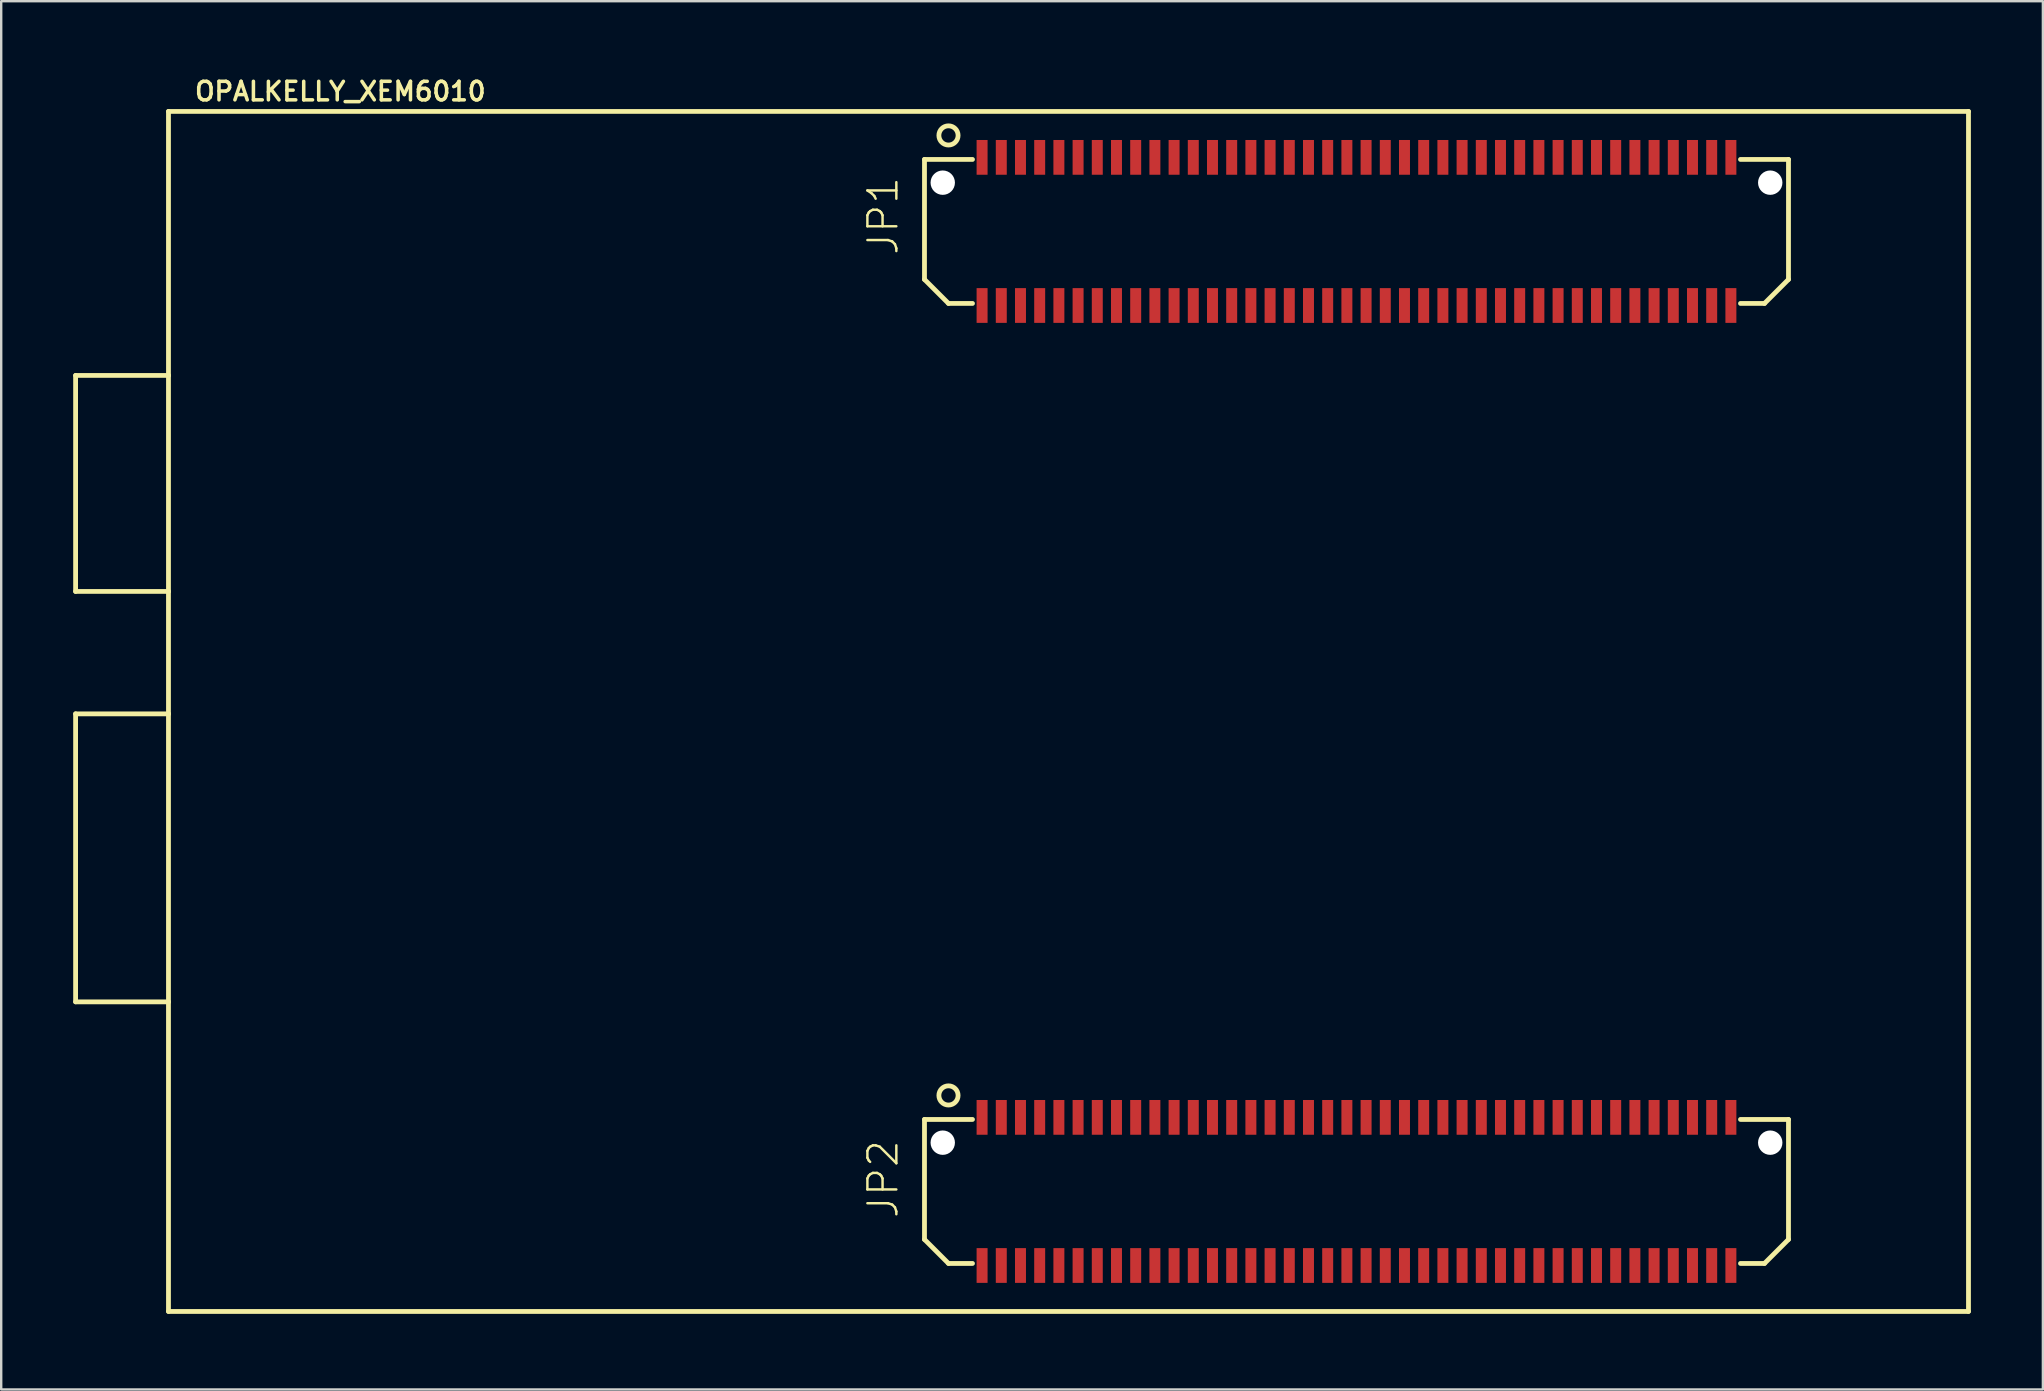
<source format=kicad_pcb>
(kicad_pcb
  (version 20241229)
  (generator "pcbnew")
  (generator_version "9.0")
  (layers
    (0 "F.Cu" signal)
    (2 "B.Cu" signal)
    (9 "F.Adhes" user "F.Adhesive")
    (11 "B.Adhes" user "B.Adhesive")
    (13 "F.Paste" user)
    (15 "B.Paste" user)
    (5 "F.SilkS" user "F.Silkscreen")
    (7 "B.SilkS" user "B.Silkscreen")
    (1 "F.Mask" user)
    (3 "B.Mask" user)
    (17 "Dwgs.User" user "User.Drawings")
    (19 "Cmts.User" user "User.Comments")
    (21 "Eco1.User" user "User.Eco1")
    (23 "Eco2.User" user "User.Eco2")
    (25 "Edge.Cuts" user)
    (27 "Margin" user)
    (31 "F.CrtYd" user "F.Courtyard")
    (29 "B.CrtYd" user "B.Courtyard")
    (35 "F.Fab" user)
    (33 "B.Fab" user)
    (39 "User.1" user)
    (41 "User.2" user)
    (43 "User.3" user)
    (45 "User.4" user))
  (footprint "OPALKELLY_XEM6010"
    (layer "F.Cu")
    (at 3.97 51.593)
    (property "Reference" "OPALKELLY_XEM6010" (at 1.016 -50.381 0) (layer "F.SilkS") (effects (font (size 0.772 0.772) (thickness 0.147)) (justify left bottom)))
    (attr through_hole)
    (fp_line (start -3.87 -39) (end 0 -39) (stroke (width 0.2) (type solid)) (layer "F.SilkS"))
    (fp_line (start -3.87 -30) (end -3.87 -39) (stroke (width 0.2) (type solid)) (layer "F.SilkS"))
    (fp_line (start -3.87 -24.9) (end 0 -24.9) (stroke (width 0.2) (type solid)) (layer "F.SilkS"))
    (fp_line (start -3.87 -12.9) (end -3.87 -24.9) (stroke (width 0.2) (type solid)) (layer "F.SilkS"))
    (fp_line (start 0 -50) (end 0 -39) (stroke (width 0.2) (type solid)) (layer "F.SilkS"))
    (fp_line (start 0 -39) (end 0 -30) (stroke (width 0.2) (type solid)) (layer "F.SilkS"))
    (fp_line (start 0 -30) (end -3.87 -30) (stroke (width 0.2) (type solid)) (layer "F.SilkS"))
    (fp_line (start 0 -30) (end 0 -24.9) (stroke (width 0.2) (type solid)) (layer "F.SilkS"))
    (fp_line (start 0 -24.9) (end 0 -12.9) (stroke (width 0.2) (type solid)) (layer "F.SilkS"))
    (fp_line (start 0 -12.9) (end -3.87 -12.9) (stroke (width 0.2) (type solid)) (layer "F.SilkS"))
    (fp_line (start 0 -12.9) (end 0 0) (stroke (width 0.2) (type solid)) (layer "F.SilkS"))
    (fp_line (start 0 0) (end 75 0) (stroke (width 0.2) (type solid)) (layer "F.SilkS"))
    (fp_line (start 31.5 -48) (end 31.5 -43) (stroke (width 0.2) (type solid)) (layer "F.SilkS"))
    (fp_line (start 31.5 -48) (end 33.5 -48) (stroke (width 0.2) (type solid)) (layer "F.SilkS"))
    (fp_line (start 31.5 -43) (end 32.5 -42) (stroke (width 0.2) (type solid)) (layer "F.SilkS"))
    (fp_line (start 31.5 -8) (end 31.5 -3) (stroke (width 0.2) (type solid)) (layer "F.SilkS"))
    (fp_line (start 31.5 -8) (end 33.5 -8) (stroke (width 0.2) (type solid)) (layer "F.SilkS"))
    (fp_line (start 31.5 -3) (end 32.5 -2) (stroke (width 0.2) (type solid)) (layer "F.SilkS"))
    (fp_line (start 32.5 -42) (end 33.5 -42) (stroke (width 0.2) (type solid)) (layer "F.SilkS"))
    (fp_line (start 32.5 -2) (end 33.5 -2) (stroke (width 0.2) (type solid)) (layer "F.SilkS"))
    (fp_line (start 65.5 -48) (end 67.5 -48) (stroke (width 0.2) (type solid)) (layer "F.SilkS"))
    (fp_line (start 65.5 -42) (end 66.5 -42) (stroke (width 0.2) (type solid)) (layer "F.SilkS"))
    (fp_line (start 65.5 -8) (end 67.5 -8) (stroke (width 0.2) (type solid)) (layer "F.SilkS"))
    (fp_line (start 65.5 -2) (end 66.5 -2) (stroke (width 0.2) (type solid)) (layer "F.SilkS"))
    (fp_line (start 66.5 -42) (end 67.5 -43) (stroke (width 0.2) (type solid)) (layer "F.SilkS"))
    (fp_line (start 66.5 -2) (end 67.5 -3) (stroke (width 0.2) (type solid)) (layer "F.SilkS"))
    (fp_line (start 67.5 -43) (end 67.5 -48) (stroke (width 0.2) (type solid)) (layer "F.SilkS"))
    (fp_line (start 67.5 -3) (end 67.5 -8) (stroke (width 0.2) (type solid)) (layer "F.SilkS"))
    (fp_line (start 75 -50) (end 0 -50) (stroke (width 0.2) (type solid)) (layer "F.SilkS"))
    (fp_line (start 75 0) (end 75 -50) (stroke (width 0.2) (type solid)) (layer "F.SilkS"))
    (fp_circle (center 32.5 -49) (end 32.9 -49) (stroke (width 0.2) (type solid)) (fill no) (layer "F.SilkS"))
    (fp_circle (center 32.5 -9) (end 32.9 -9) (stroke (width 0.2) (type solid)) (fill no) (layer "F.SilkS"))
    (fp_text user "JP1" (at 30.48 -43.942 90) (layer "F.SilkS") (effects (font (size 1.206 1.206) (thickness 0.102)) (justify left bottom)))
    (fp_text user "JP2" (at 30.48 -3.81 90) (layer "F.SilkS") (effects (font (size 1.206 1.206) (thickness 0.102)) (justify left bottom)))
    (pad "" np_thru_hole circle (at 32.261 -47.032) (size 1.016 1.016) (drill 1.016) (layers "*.Cu" "*.Mask"))
    (pad "" np_thru_hole circle (at 32.261 -7.032) (size 1.016 1.016) (drill 1.016) (layers "*.Cu" "*.Mask"))
    (pad "" np_thru_hole circle (at 66.739 -47.032) (size 1.016 1.016) (drill 1.016) (layers "*.Cu" "*.Mask"))
    (pad "" np_thru_hole circle (at 66.739 -7.032) (size 1.016 1.016) (drill 1.016) (layers "*.Cu" "*.Mask"))
    (pad "JP1-1" smd rect (at 33.9 -48.086 90) (size 1.448 0.457) (layers "F.Cu" "F.Mask" "F.Paste"))
    (pad "JP1-2" smd rect (at 33.9 -41.914 90) (size 1.448 0.457) (layers "F.Cu" "F.Mask" "F.Paste"))
    (pad "JP1-3" smd rect (at 34.7 -48.086 90) (size 1.448 0.457) (layers "F.Cu" "F.Mask" "F.Paste"))
    (pad "JP1-4" smd rect (at 34.7 -41.914 90) (size 1.448 0.457) (layers "F.Cu" "F.Mask" "F.Paste"))
    (pad "JP1-5" smd rect (at 35.5 -48.086 90) (size 1.448 0.457) (layers "F.Cu" "F.Mask" "F.Paste"))
    (pad "JP1-6" smd rect (at 35.5 -41.914 90) (size 1.448 0.457) (layers "F.Cu" "F.Mask" "F.Paste"))
    (pad "JP1-7" smd rect (at 36.3 -48.086 90) (size 1.448 0.457) (layers "F.Cu" "F.Mask" "F.Paste"))
    (pad "JP1-8" smd rect (at 36.3 -41.914 90) (size 1.448 0.457) (layers "F.Cu" "F.Mask" "F.Paste"))
    (pad "JP1-9" smd rect (at 37.1 -48.086 90) (size 1.448 0.457) (layers "F.Cu" "F.Mask" "F.Paste"))
    (pad "JP1-10" smd rect (at 37.1 -41.914 90) (size 1.448 0.457) (layers "F.Cu" "F.Mask" "F.Paste"))
    (pad "JP1-11" smd rect (at 37.9 -48.086 90) (size 1.448 0.457) (layers "F.Cu" "F.Mask" "F.Paste"))
    (pad "JP1-12" smd rect (at 37.9 -41.914 90) (size 1.448 0.457) (layers "F.Cu" "F.Mask" "F.Paste"))
    (pad "JP1-13" smd rect (at 38.7 -48.086 90) (size 1.448 0.457) (layers "F.Cu" "F.Mask" "F.Paste"))
    (pad "JP1-14" smd rect (at 38.7 -41.914 90) (size 1.448 0.457) (layers "F.Cu" "F.Mask" "F.Paste"))
    (pad "JP1-15" smd rect (at 39.5 -48.086 90) (size 1.448 0.457) (layers "F.Cu" "F.Mask" "F.Paste"))
    (pad "JP1-16" smd rect (at 39.5 -41.914 90) (size 1.448 0.457) (layers "F.Cu" "F.Mask" "F.Paste"))
    (pad "JP1-17" smd rect (at 40.3 -48.086 90) (size 1.448 0.457) (layers "F.Cu" "F.Mask" "F.Paste"))
    (pad "JP1-18" smd rect (at 40.3 -41.914 90) (size 1.448 0.457) (layers "F.Cu" "F.Mask" "F.Paste"))
    (pad "JP1-19" smd rect (at 41.1 -48.086 90) (size 1.448 0.457) (layers "F.Cu" "F.Mask" "F.Paste"))
    (pad "JP1-20" smd rect (at 41.1 -41.914 90) (size 1.448 0.457) (layers "F.Cu" "F.Mask" "F.Paste"))
    (pad "JP1-21" smd rect (at 41.9 -48.086 90) (size 1.448 0.457) (layers "F.Cu" "F.Mask" "F.Paste"))
    (pad "JP1-22" smd rect (at 41.9 -41.914 90) (size 1.448 0.457) (layers "F.Cu" "F.Mask" "F.Paste"))
    (pad "JP1-23" smd rect (at 42.7 -48.086 90) (size 1.448 0.457) (layers "F.Cu" "F.Mask" "F.Paste"))
    (pad "JP1-24" smd rect (at 42.7 -41.914 90) (size 1.448 0.457) (layers "F.Cu" "F.Mask" "F.Paste"))
    (pad "JP1-25" smd rect (at 43.5 -48.086 90) (size 1.448 0.457) (layers "F.Cu" "F.Mask" "F.Paste"))
    (pad "JP1-26" smd rect (at 43.5 -41.914 90) (size 1.448 0.457) (layers "F.Cu" "F.Mask" "F.Paste"))
    (pad "JP1-27" smd rect (at 44.3 -48.086 90) (size 1.448 0.457) (layers "F.Cu" "F.Mask" "F.Paste"))
    (pad "JP1-28" smd rect (at 44.3 -41.914 90) (size 1.448 0.457) (layers "F.Cu" "F.Mask" "F.Paste"))
    (pad "JP1-29" smd rect (at 45.1 -48.086 90) (size 1.448 0.457) (layers "F.Cu" "F.Mask" "F.Paste"))
    (pad "JP1-30" smd rect (at 45.1 -41.914 90) (size 1.448 0.457) (layers "F.Cu" "F.Mask" "F.Paste"))
    (pad "JP1-31" smd rect (at 45.9 -48.086 90) (size 1.448 0.457) (layers "F.Cu" "F.Mask" "F.Paste"))
    (pad "JP1-32" smd rect (at 45.9 -41.914 90) (size 1.448 0.457) (layers "F.Cu" "F.Mask" "F.Paste"))
    (pad "JP1-33" smd rect (at 46.7 -48.086 90) (size 1.448 0.457) (layers "F.Cu" "F.Mask" "F.Paste"))
    (pad "JP1-34" smd rect (at 46.7 -41.914 90) (size 1.448 0.457) (layers "F.Cu" "F.Mask" "F.Paste"))
    (pad "JP1-35" smd rect (at 47.5 -48.086 90) (size 1.448 0.457) (layers "F.Cu" "F.Mask" "F.Paste"))
    (pad "JP1-36" smd rect (at 47.5 -41.914 90) (size 1.448 0.457) (layers "F.Cu" "F.Mask" "F.Paste"))
    (pad "JP1-37" smd rect (at 48.3 -48.086 90) (size 1.448 0.457) (layers "F.Cu" "F.Mask" "F.Paste"))
    (pad "JP1-38" smd rect (at 48.3 -41.914 90) (size 1.448 0.457) (layers "F.Cu" "F.Mask" "F.Paste"))
    (pad "JP1-39" smd rect (at 49.1 -48.086 90) (size 1.448 0.457) (layers "F.Cu" "F.Mask" "F.Paste"))
    (pad "JP1-40" smd rect (at 49.1 -41.914 90) (size 1.448 0.457) (layers "F.Cu" "F.Mask" "F.Paste"))
    (pad "JP1-41" smd rect (at 49.9 -48.086 90) (size 1.448 0.457) (layers "F.Cu" "F.Mask" "F.Paste"))
    (pad "JP1-42" smd rect (at 49.9 -41.914 90) (size 1.448 0.457) (layers "F.Cu" "F.Mask" "F.Paste"))
    (pad "JP1-43" smd rect (at 50.7 -48.086 90) (size 1.448 0.457) (layers "F.Cu" "F.Mask" "F.Paste"))
    (pad "JP1-44" smd rect (at 50.7 -41.914 90) (size 1.448 0.457) (layers "F.Cu" "F.Mask" "F.Paste"))
    (pad "JP1-45" smd rect (at 51.5 -48.086 90) (size 1.448 0.457) (layers "F.Cu" "F.Mask" "F.Paste"))
    (pad "JP1-46" smd rect (at 51.5 -41.914 90) (size 1.448 0.457) (layers "F.Cu" "F.Mask" "F.Paste"))
    (pad "JP1-47" smd rect (at 52.3 -48.086 90) (size 1.448 0.457) (layers "F.Cu" "F.Mask" "F.Paste"))
    (pad "JP1-48" smd rect (at 52.3 -41.914 90) (size 1.448 0.457) (layers "F.Cu" "F.Mask" "F.Paste"))
    (pad "JP1-49" smd rect (at 53.1 -48.086 90) (size 1.448 0.457) (layers "F.Cu" "F.Mask" "F.Paste"))
    (pad "JP1-50" smd rect (at 53.1 -41.914 90) (size 1.448 0.457) (layers "F.Cu" "F.Mask" "F.Paste"))
    (pad "JP1-51" smd rect (at 53.9 -48.086 90) (size 1.448 0.457) (layers "F.Cu" "F.Mask" "F.Paste"))
    (pad "JP1-52" smd rect (at 53.9 -41.914 90) (size 1.448 0.457) (layers "F.Cu" "F.Mask" "F.Paste"))
    (pad "JP1-53" smd rect (at 54.7 -48.086 90) (size 1.448 0.457) (layers "F.Cu" "F.Mask" "F.Paste"))
    (pad "JP1-54" smd rect (at 54.7 -41.914 90) (size 1.448 0.457) (layers "F.Cu" "F.Mask" "F.Paste"))
    (pad "JP1-55" smd rect (at 55.5 -48.086 90) (size 1.448 0.457) (layers "F.Cu" "F.Mask" "F.Paste"))
    (pad "JP1-56" smd rect (at 55.5 -41.914 90) (size 1.448 0.457) (layers "F.Cu" "F.Mask" "F.Paste"))
    (pad "JP1-57" smd rect (at 56.3 -48.086 90) (size 1.448 0.457) (layers "F.Cu" "F.Mask" "F.Paste"))
    (pad "JP1-58" smd rect (at 56.3 -41.914 90) (size 1.448 0.457) (layers "F.Cu" "F.Mask" "F.Paste"))
    (pad "JP1-59" smd rect (at 57.1 -48.086 90) (size 1.448 0.457) (layers "F.Cu" "F.Mask" "F.Paste"))
    (pad "JP1-60" smd rect (at 57.1 -41.914 90) (size 1.448 0.457) (layers "F.Cu" "F.Mask" "F.Paste"))
    (pad "JP1-61" smd rect (at 57.9 -48.086 90) (size 1.448 0.457) (layers "F.Cu" "F.Mask" "F.Paste"))
    (pad "JP1-62" smd rect (at 57.9 -41.914 90) (size 1.448 0.457) (layers "F.Cu" "F.Mask" "F.Paste"))
    (pad "JP1-63" smd rect (at 58.7 -48.086 90) (size 1.448 0.457) (layers "F.Cu" "F.Mask" "F.Paste"))
    (pad "JP1-64" smd rect (at 58.7 -41.914 90) (size 1.448 0.457) (layers "F.Cu" "F.Mask" "F.Paste"))
    (pad "JP1-65" smd rect (at 59.5 -48.086 90) (size 1.448 0.457) (layers "F.Cu" "F.Mask" "F.Paste"))
    (pad "JP1-66" smd rect (at 59.5 -41.914 90) (size 1.448 0.457) (layers "F.Cu" "F.Mask" "F.Paste"))
    (pad "JP1-67" smd rect (at 60.3 -48.086 90) (size 1.448 0.457) (layers "F.Cu" "F.Mask" "F.Paste"))
    (pad "JP1-68" smd rect (at 60.3 -41.914 90) (size 1.448 0.457) (layers "F.Cu" "F.Mask" "F.Paste"))
    (pad "JP1-69" smd rect (at 61.1 -48.086 90) (size 1.448 0.457) (layers "F.Cu" "F.Mask" "F.Paste"))
    (pad "JP1-70" smd rect (at 61.1 -41.914 90) (size 1.448 0.457) (layers "F.Cu" "F.Mask" "F.Paste"))
    (pad "JP1-71" smd rect (at 61.9 -48.086 90) (size 1.448 0.457) (layers "F.Cu" "F.Mask" "F.Paste"))
    (pad "JP1-72" smd rect (at 61.9 -41.914 90) (size 1.448 0.457) (layers "F.Cu" "F.Mask" "F.Paste"))
    (pad "JP1-73" smd rect (at 62.7 -48.086 90) (size 1.448 0.457) (layers "F.Cu" "F.Mask" "F.Paste"))
    (pad "JP1-74" smd rect (at 62.7 -41.914 90) (size 1.448 0.457) (layers "F.Cu" "F.Mask" "F.Paste"))
    (pad "JP1-75" smd rect (at 63.5 -48.086 90) (size 1.448 0.457) (layers "F.Cu" "F.Mask" "F.Paste"))
    (pad "JP1-76" smd rect (at 63.5 -41.914 90) (size 1.448 0.457) (layers "F.Cu" "F.Mask" "F.Paste"))
    (pad "JP1-77" smd rect (at 64.3 -48.086 90) (size 1.448 0.457) (layers "F.Cu" "F.Mask" "F.Paste"))
    (pad "JP1-78" smd rect (at 64.3 -41.914 90) (size 1.448 0.457) (layers "F.Cu" "F.Mask" "F.Paste"))
    (pad "JP1-79" smd rect (at 65.1 -48.086 90) (size 1.448 0.457) (layers "F.Cu" "F.Mask" "F.Paste"))
    (pad "JP1-80" smd rect (at 65.1 -41.914 90) (size 1.448 0.457) (layers "F.Cu" "F.Mask" "F.Paste"))
    (pad "JP2-1" smd rect (at 33.9 -8.086 90) (size 1.448 0.457) (layers "F.Cu" "F.Mask" "F.Paste"))
    (pad "JP2-2" smd rect (at 33.9 -1.914 90) (size 1.448 0.457) (layers "F.Cu" "F.Mask" "F.Paste"))
    (pad "JP2-3" smd rect (at 34.7 -8.086 90) (size 1.448 0.457) (layers "F.Cu" "F.Mask" "F.Paste"))
    (pad "JP2-4" smd rect (at 34.7 -1.914 90) (size 1.448 0.457) (layers "F.Cu" "F.Mask" "F.Paste"))
    (pad "JP2-5" smd rect (at 35.5 -8.086 90) (size 1.448 0.457) (layers "F.Cu" "F.Mask" "F.Paste"))
    (pad "JP2-6" smd rect (at 35.5 -1.914 90) (size 1.448 0.457) (layers "F.Cu" "F.Mask" "F.Paste"))
    (pad "JP2-7" smd rect (at 36.3 -8.086 90) (size 1.448 0.457) (layers "F.Cu" "F.Mask" "F.Paste"))
    (pad "JP2-8" smd rect (at 36.3 -1.914 90) (size 1.448 0.457) (layers "F.Cu" "F.Mask" "F.Paste"))
    (pad "JP2-9" smd rect (at 37.1 -8.086 90) (size 1.448 0.457) (layers "F.Cu" "F.Mask" "F.Paste"))
    (pad "JP2-10" smd rect (at 37.1 -1.914 90) (size 1.448 0.457) (layers "F.Cu" "F.Mask" "F.Paste"))
    (pad "JP2-11" smd rect (at 37.9 -8.086 90) (size 1.448 0.457) (layers "F.Cu" "F.Mask" "F.Paste"))
    (pad "JP2-12" smd rect (at 37.9 -1.914 90) (size 1.448 0.457) (layers "F.Cu" "F.Mask" "F.Paste"))
    (pad "JP2-13" smd rect (at 38.7 -8.086 90) (size 1.448 0.457) (layers "F.Cu" "F.Mask" "F.Paste"))
    (pad "JP2-14" smd rect (at 38.7 -1.914 90) (size 1.448 0.457) (layers "F.Cu" "F.Mask" "F.Paste"))
    (pad "JP2-15" smd rect (at 39.5 -8.086 90) (size 1.448 0.457) (layers "F.Cu" "F.Mask" "F.Paste"))
    (pad "JP2-16" smd rect (at 39.5 -1.914 90) (size 1.448 0.457) (layers "F.Cu" "F.Mask" "F.Paste"))
    (pad "JP2-17" smd rect (at 40.3 -8.086 90) (size 1.448 0.457) (layers "F.Cu" "F.Mask" "F.Paste"))
    (pad "JP2-18" smd rect (at 40.3 -1.914 90) (size 1.448 0.457) (layers "F.Cu" "F.Mask" "F.Paste"))
    (pad "JP2-19" smd rect (at 41.1 -8.086 90) (size 1.448 0.457) (layers "F.Cu" "F.Mask" "F.Paste"))
    (pad "JP2-20" smd rect (at 41.1 -1.914 90) (size 1.448 0.457) (layers "F.Cu" "F.Mask" "F.Paste"))
    (pad "JP2-21" smd rect (at 41.9 -8.086 90) (size 1.448 0.457) (layers "F.Cu" "F.Mask" "F.Paste"))
    (pad "JP2-22" smd rect (at 41.9 -1.914 90) (size 1.448 0.457) (layers "F.Cu" "F.Mask" "F.Paste"))
    (pad "JP2-23" smd rect (at 42.7 -8.086 90) (size 1.448 0.457) (layers "F.Cu" "F.Mask" "F.Paste"))
    (pad "JP2-24" smd rect (at 42.7 -1.914 90) (size 1.448 0.457) (layers "F.Cu" "F.Mask" "F.Paste"))
    (pad "JP2-25" smd rect (at 43.5 -8.086 90) (size 1.448 0.457) (layers "F.Cu" "F.Mask" "F.Paste"))
    (pad "JP2-26" smd rect (at 43.5 -1.914 90) (size 1.448 0.457) (layers "F.Cu" "F.Mask" "F.Paste"))
    (pad "JP2-27" smd rect (at 44.3 -8.086 90) (size 1.448 0.457) (layers "F.Cu" "F.Mask" "F.Paste"))
    (pad "JP2-28" smd rect (at 44.3 -1.914 90) (size 1.448 0.457) (layers "F.Cu" "F.Mask" "F.Paste"))
    (pad "JP2-29" smd rect (at 45.1 -8.086 90) (size 1.448 0.457) (layers "F.Cu" "F.Mask" "F.Paste"))
    (pad "JP2-30" smd rect (at 45.1 -1.914 90) (size 1.448 0.457) (layers "F.Cu" "F.Mask" "F.Paste"))
    (pad "JP2-31" smd rect (at 45.9 -8.086 90) (size 1.448 0.457) (layers "F.Cu" "F.Mask" "F.Paste"))
    (pad "JP2-32" smd rect (at 45.9 -1.914 90) (size 1.448 0.457) (layers "F.Cu" "F.Mask" "F.Paste"))
    (pad "JP2-33" smd rect (at 46.7 -8.086 90) (size 1.448 0.457) (layers "F.Cu" "F.Mask" "F.Paste"))
    (pad "JP2-34" smd rect (at 46.7 -1.914 90) (size 1.448 0.457) (layers "F.Cu" "F.Mask" "F.Paste"))
    (pad "JP2-35" smd rect (at 47.5 -8.086 90) (size 1.448 0.457) (layers "F.Cu" "F.Mask" "F.Paste"))
    (pad "JP2-36" smd rect (at 47.5 -1.914 90) (size 1.448 0.457) (layers "F.Cu" "F.Mask" "F.Paste"))
    (pad "JP2-37" smd rect (at 48.3 -8.086 90) (size 1.448 0.457) (layers "F.Cu" "F.Mask" "F.Paste"))
    (pad "JP2-38" smd rect (at 48.3 -1.914 90) (size 1.448 0.457) (layers "F.Cu" "F.Mask" "F.Paste"))
    (pad "JP2-39" smd rect (at 49.1 -8.086 90) (size 1.448 0.457) (layers "F.Cu" "F.Mask" "F.Paste"))
    (pad "JP2-40" smd rect (at 49.1 -1.914 90) (size 1.448 0.457) (layers "F.Cu" "F.Mask" "F.Paste"))
    (pad "JP2-41" smd rect (at 49.9 -8.086 90) (size 1.448 0.457) (layers "F.Cu" "F.Mask" "F.Paste"))
    (pad "JP2-42" smd rect (at 49.9 -1.914 90) (size 1.448 0.457) (layers "F.Cu" "F.Mask" "F.Paste"))
    (pad "JP2-43" smd rect (at 50.7 -8.086 90) (size 1.448 0.457) (layers "F.Cu" "F.Mask" "F.Paste"))
    (pad "JP2-44" smd rect (at 50.7 -1.914 90) (size 1.448 0.457) (layers "F.Cu" "F.Mask" "F.Paste"))
    (pad "JP2-45" smd rect (at 51.5 -8.086 90) (size 1.448 0.457) (layers "F.Cu" "F.Mask" "F.Paste"))
    (pad "JP2-46" smd rect (at 51.5 -1.914 90) (size 1.448 0.457) (layers "F.Cu" "F.Mask" "F.Paste"))
    (pad "JP2-47" smd rect (at 52.3 -8.086 90) (size 1.448 0.457) (layers "F.Cu" "F.Mask" "F.Paste"))
    (pad "JP2-48" smd rect (at 52.3 -1.914 90) (size 1.448 0.457) (layers "F.Cu" "F.Mask" "F.Paste"))
    (pad "JP2-49" smd rect (at 53.1 -8.086 90) (size 1.448 0.457) (layers "F.Cu" "F.Mask" "F.Paste"))
    (pad "JP2-50" smd rect (at 53.1 -1.914 90) (size 1.448 0.457) (layers "F.Cu" "F.Mask" "F.Paste"))
    (pad "JP2-51" smd rect (at 53.9 -8.086 90) (size 1.448 0.457) (layers "F.Cu" "F.Mask" "F.Paste"))
    (pad "JP2-52" smd rect (at 53.9 -1.914 90) (size 1.448 0.457) (layers "F.Cu" "F.Mask" "F.Paste"))
    (pad "JP2-53" smd rect (at 54.7 -8.086 90) (size 1.448 0.457) (layers "F.Cu" "F.Mask" "F.Paste"))
    (pad "JP2-54" smd rect (at 54.7 -1.914 90) (size 1.448 0.457) (layers "F.Cu" "F.Mask" "F.Paste"))
    (pad "JP2-55" smd rect (at 55.5 -8.086 90) (size 1.448 0.457) (layers "F.Cu" "F.Mask" "F.Paste"))
    (pad "JP2-56" smd rect (at 55.5 -1.914 90) (size 1.448 0.457) (layers "F.Cu" "F.Mask" "F.Paste"))
    (pad "JP2-57" smd rect (at 56.3 -8.086 90) (size 1.448 0.457) (layers "F.Cu" "F.Mask" "F.Paste"))
    (pad "JP2-58" smd rect (at 56.3 -1.914 90) (size 1.448 0.457) (layers "F.Cu" "F.Mask" "F.Paste"))
    (pad "JP2-59" smd rect (at 57.1 -8.086 90) (size 1.448 0.457) (layers "F.Cu" "F.Mask" "F.Paste"))
    (pad "JP2-60" smd rect (at 57.1 -1.914 90) (size 1.448 0.457) (layers "F.Cu" "F.Mask" "F.Paste"))
    (pad "JP2-61" smd rect (at 57.9 -8.086 90) (size 1.448 0.457) (layers "F.Cu" "F.Mask" "F.Paste"))
    (pad "JP2-62" smd rect (at 57.9 -1.914 90) (size 1.448 0.457) (layers "F.Cu" "F.Mask" "F.Paste"))
    (pad "JP2-63" smd rect (at 58.7 -8.086 90) (size 1.448 0.457) (layers "F.Cu" "F.Mask" "F.Paste"))
    (pad "JP2-64" smd rect (at 58.7 -1.914 90) (size 1.448 0.457) (layers "F.Cu" "F.Mask" "F.Paste"))
    (pad "JP2-65" smd rect (at 59.5 -8.086 90) (size 1.448 0.457) (layers "F.Cu" "F.Mask" "F.Paste"))
    (pad "JP2-66" smd rect (at 59.5 -1.914 90) (size 1.448 0.457) (layers "F.Cu" "F.Mask" "F.Paste"))
    (pad "JP2-67" smd rect (at 60.3 -8.086 90) (size 1.448 0.457) (layers "F.Cu" "F.Mask" "F.Paste"))
    (pad "JP2-68" smd rect (at 60.3 -1.914 90) (size 1.448 0.457) (layers "F.Cu" "F.Mask" "F.Paste"))
    (pad "JP2-69" smd rect (at 61.1 -8.086 90) (size 1.448 0.457) (layers "F.Cu" "F.Mask" "F.Paste"))
    (pad "JP2-70" smd rect (at 61.1 -1.914 90) (size 1.448 0.457) (layers "F.Cu" "F.Mask" "F.Paste"))
    (pad "JP2-71" smd rect (at 61.9 -8.086 90) (size 1.448 0.457) (layers "F.Cu" "F.Mask" "F.Paste"))
    (pad "JP2-72" smd rect (at 61.9 -1.914 90) (size 1.448 0.457) (layers "F.Cu" "F.Mask" "F.Paste"))
    (pad "JP2-73" smd rect (at 62.7 -8.086 90) (size 1.448 0.457) (layers "F.Cu" "F.Mask" "F.Paste"))
    (pad "JP2-74" smd rect (at 62.7 -1.914 90) (size 1.448 0.457) (layers "F.Cu" "F.Mask" "F.Paste"))
    (pad "JP2-75" smd rect (at 63.5 -8.086 90) (size 1.448 0.457) (layers "F.Cu" "F.Mask" "F.Paste"))
    (pad "JP2-76" smd rect (at 63.5 -1.914 90) (size 1.448 0.457) (layers "F.Cu" "F.Mask" "F.Paste"))
    (pad "JP2-77" smd rect (at 64.3 -8.086 90) (size 1.448 0.457) (layers "F.Cu" "F.Mask" "F.Paste"))
    (pad "JP2-78" smd rect (at 64.3 -1.914 90) (size 1.448 0.457) (layers "F.Cu" "F.Mask" "F.Paste"))
    (pad "JP2-79" smd rect (at 65.1 -8.086 90) (size 1.448 0.457) (layers "F.Cu" "F.Mask" "F.Paste"))
    (pad "JP2-80" smd rect (at 65.1 -1.914 90) (size 1.448 0.457) (layers "F.Cu" "F.Mask" "F.Paste")))
  (gr_rect
    (start -3 -3)
    (end 82.07 54.843)
    (stroke (width 0.1) (type default))
    (fill no)
    (layer "Edge.Cuts")))
</source>
